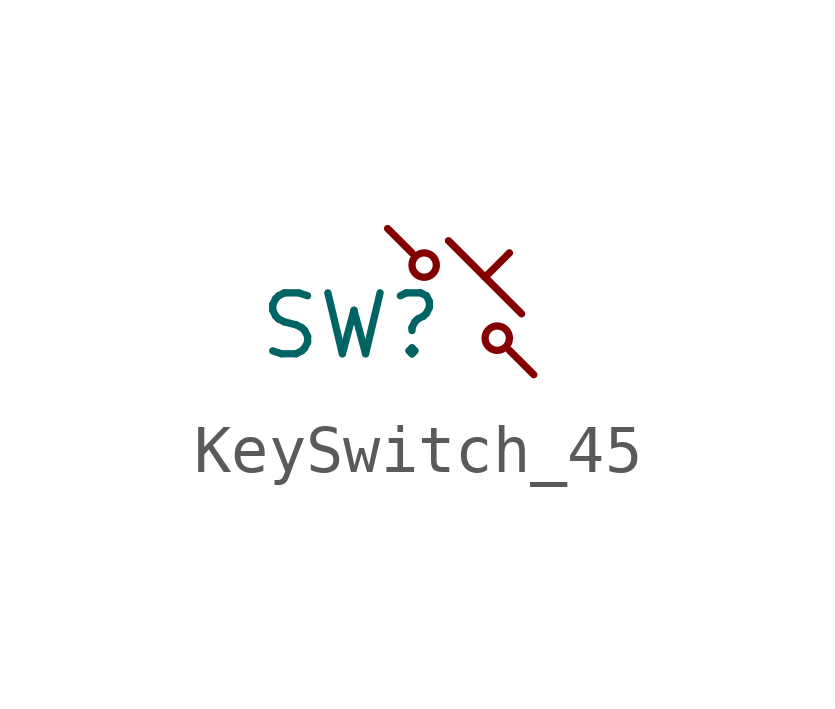
<source format=kicad_sym>
(kicad_symbol_lib
  (version 20220914)
  (generator kicad_symbol_editor)
  (symbol "KeySwitch_45"
    (property "Reference" "SW"
      (at -1.524 -1.27 0)
      (effects (font (size 1.27 1.27))))
    (property "Value" ""
      (at 0 0 0)
      (effects (font (size 1.27 1.27))))
    (symbol "KeySwitch_45_0_1"
      (polyline (pts (xy -0.254 0.254) (xy -0.762 0.762)) (stroke (width 0) (type default)) (fill (type none)))
      (polyline (pts (xy 0.508 0.508) (xy 2.032 -1.016)) (stroke (width 0) (type default)) (fill (type none)))
      (polyline (pts (xy 1.27 -0.254) (xy 1.778 0.254)) (stroke (width 0) (type default)) (fill (type none)))
      (polyline (pts (xy 1.778 -1.778) (xy 2.286 -2.286)) (stroke (width 0) (type default)) (fill (type none)))
      (circle (center 0 0) (radius 0.254) (stroke (width 0) (type default)) (fill (type none)))
      (circle (center 1.524 -1.524) (radius 0.254) (stroke (width 0) (type default)) (fill (type none))))
    (symbol "KeySwitch_45_1_1"
      (pin bidirectional line (at -0.762 0.762 0) (length 0) hide (name "" (effects (font (size 1.27 1.27)))) (number "1" (effects (font (size 1.27 1.27)))))
      (pin bidirectional line (at 2.286 -2.286 180) (length 0) hide (name "" (effects (font (size 1.27 1.27)))) (number "2" (effects (font (size 1.27 1.27))))))))
</source>
